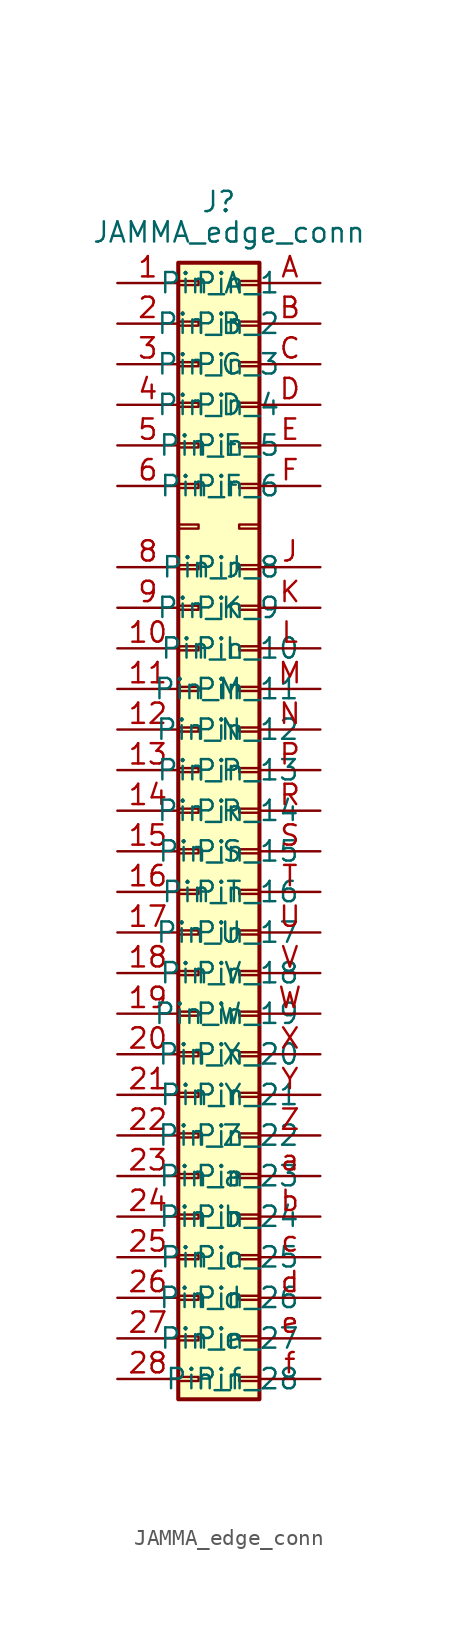
<source format=kicad_sym>
(kicad_symbol_lib
  (version 20211014)
  (generator kicad_symbol_editor)
  (symbol "JAMMA_edge_conn"
    (pin_names
      (offset 1.016))
    (property "Reference" "J"
      (at 0 39.37 0)
      (effects (font (size 1.27 1.27))))
    (property "Value" "JAMMA_edge_conn"
      (at 0.635 37.465 0)
      (effects (font (size 1.27 1.27))))
    (symbol "JAMMA_edge_conn_1_1"
      (rectangle (start -2.54 -34.163) (end -1.27 -34.417) (stroke (width 0.152) (type default) (color 0 0 0 0)) (fill (type none)))
      (rectangle (start -2.54 -31.623) (end -1.27 -31.877) (stroke (width 0.152) (type default) (color 0 0 0 0)) (fill (type none)))
      (rectangle (start -2.54 -29.083) (end -1.27 -29.337) (stroke (width 0.152) (type default) (color 0 0 0 0)) (fill (type none)))
      (rectangle (start -2.54 -26.543) (end -1.27 -26.797) (stroke (width 0.152) (type default) (color 0 0 0 0)) (fill (type none)))
      (rectangle (start -2.54 -24.003) (end -1.27 -24.257) (stroke (width 0.152) (type default) (color 0 0 0 0)) (fill (type none)))
      (rectangle (start -2.54 -21.463) (end -1.27 -21.717) (stroke (width 0.152) (type default) (color 0 0 0 0)) (fill (type none)))
      (rectangle (start -2.54 -18.923) (end -1.27 -19.177) (stroke (width 0.152) (type default) (color 0 0 0 0)) (fill (type none)))
      (rectangle (start -2.54 -16.383) (end -1.27 -16.637) (stroke (width 0.152) (type default) (color 0 0 0 0)) (fill (type none)))
      (rectangle (start -2.54 -13.843) (end -1.27 -14.097) (stroke (width 0.152) (type default) (color 0 0 0 0)) (fill (type none)))
      (rectangle (start -2.54 -11.303) (end -1.27 -11.557) (stroke (width 0.152) (type default) (color 0 0 0 0)) (fill (type none)))
      (rectangle (start -2.54 -8.763) (end -1.27 -9.017) (stroke (width 0.152) (type default) (color 0 0 0 0)) (fill (type none)))
      (rectangle (start -2.54 -6.223) (end -1.27 -6.477) (stroke (width 0.152) (type default) (color 0 0 0 0)) (fill (type none)))
      (rectangle (start -2.54 -3.683) (end -1.27 -3.937) (stroke (width 0.152) (type default) (color 0 0 0 0)) (fill (type none)))
      (rectangle (start -2.54 -1.143) (end -1.27 -1.397) (stroke (width 0.152) (type default) (color 0 0 0 0)) (fill (type none)))
      (rectangle (start -2.54 1.397) (end -1.27 1.143) (stroke (width 0.152) (type default) (color 0 0 0 0)) (fill (type none)))
      (rectangle (start -2.54 3.937) (end -1.27 3.683) (stroke (width 0.152) (type default) (color 0 0 0 0)) (fill (type none)))
      (rectangle (start -2.54 6.477) (end -1.27 6.223) (stroke (width 0.152) (type default) (color 0 0 0 0)) (fill (type none)))
      (rectangle (start -2.54 9.017) (end -1.27 8.763) (stroke (width 0.152) (type default) (color 0 0 0 0)) (fill (type none)))
      (rectangle (start -2.54 11.557) (end -1.27 11.303) (stroke (width 0.152) (type default) (color 0 0 0 0)) (fill (type none)))
      (rectangle (start -2.54 14.097) (end -1.27 13.843) (stroke (width 0.152) (type default) (color 0 0 0 0)) (fill (type none)))
      (rectangle (start -2.54 16.637) (end -1.27 16.383) (stroke (width 0.152) (type default) (color 0 0 0 0)) (fill (type none)))
      (rectangle (start -2.54 19.177) (end -1.27 18.923) (stroke (width 0.152) (type default) (color 0 0 0 0)) (fill (type none)))
      (rectangle (start -2.54 21.717) (end -1.27 21.463) (stroke (width 0.152) (type default) (color 0 0 0 0)) (fill (type none)))
      (rectangle (start -2.54 24.257) (end -1.27 24.003) (stroke (width 0.152) (type default) (color 0 0 0 0)) (fill (type none)))
      (rectangle (start -2.54 26.797) (end -1.27 26.543) (stroke (width 0.152) (type default) (color 0 0 0 0)) (fill (type none)))
      (rectangle (start -2.54 29.337) (end -1.27 29.083) (stroke (width 0.152) (type default) (color 0 0 0 0)) (fill (type none)))
      (rectangle (start -2.54 31.877) (end -1.27 31.623) (stroke (width 0.152) (type default) (color 0 0 0 0)) (fill (type none)))
      (rectangle (start -2.54 34.417) (end -1.27 34.163) (stroke (width 0.152) (type default) (color 0 0 0 0)) (fill (type none)))
      (rectangle (start -2.54 35.56) (end 2.54 -35.56) (stroke (width 0.254) (type default) (color 0 0 0 0)) (fill (type background)))
      (rectangle (start 2.54 -34.163) (end 1.27 -34.417) (stroke (width 0.152) (type default) (color 0 0 0 0)) (fill (type none)))
      (rectangle (start 2.54 -31.623) (end 1.27 -31.877) (stroke (width 0.152) (type default) (color 0 0 0 0)) (fill (type none)))
      (rectangle (start 2.54 -29.083) (end 1.27 -29.337) (stroke (width 0.152) (type default) (color 0 0 0 0)) (fill (type none)))
      (rectangle (start 2.54 -26.543) (end 1.27 -26.797) (stroke (width 0.152) (type default) (color 0 0 0 0)) (fill (type none)))
      (rectangle (start 2.54 -24.003) (end 1.27 -24.257) (stroke (width 0.152) (type default) (color 0 0 0 0)) (fill (type none)))
      (rectangle (start 2.54 -21.463) (end 1.27 -21.717) (stroke (width 0.152) (type default) (color 0 0 0 0)) (fill (type none)))
      (rectangle (start 2.54 -18.923) (end 1.27 -19.177) (stroke (width 0.152) (type default) (color 0 0 0 0)) (fill (type none)))
      (rectangle (start 2.54 -16.383) (end 1.27 -16.637) (stroke (width 0.152) (type default) (color 0 0 0 0)) (fill (type none)))
      (rectangle (start 2.54 -13.843) (end 1.27 -14.097) (stroke (width 0.152) (type default) (color 0 0 0 0)) (fill (type none)))
      (rectangle (start 2.54 -11.303) (end 1.27 -11.557) (stroke (width 0.152) (type default) (color 0 0 0 0)) (fill (type none)))
      (rectangle (start 2.54 -8.763) (end 1.27 -9.017) (stroke (width 0.152) (type default) (color 0 0 0 0)) (fill (type none)))
      (rectangle (start 2.54 -6.223) (end 1.27 -6.477) (stroke (width 0.152) (type default) (color 0 0 0 0)) (fill (type none)))
      (rectangle (start 2.54 -3.683) (end 1.27 -3.937) (stroke (width 0.152) (type default) (color 0 0 0 0)) (fill (type none)))
      (rectangle (start 2.54 -1.143) (end 1.27 -1.397) (stroke (width 0.152) (type default) (color 0 0 0 0)) (fill (type none)))
      (rectangle (start 2.54 1.397) (end 1.27 1.143) (stroke (width 0.152) (type default) (color 0 0 0 0)) (fill (type none)))
      (rectangle (start 2.54 3.937) (end 1.27 3.683) (stroke (width 0.152) (type default) (color 0 0 0 0)) (fill (type none)))
      (rectangle (start 2.54 6.477) (end 1.27 6.223) (stroke (width 0.152) (type default) (color 0 0 0 0)) (fill (type none)))
      (rectangle (start 2.54 9.017) (end 1.27 8.763) (stroke (width 0.152) (type default) (color 0 0 0 0)) (fill (type none)))
      (rectangle (start 2.54 11.557) (end 1.27 11.303) (stroke (width 0.152) (type default) (color 0 0 0 0)) (fill (type none)))
      (rectangle (start 2.54 14.097) (end 1.27 13.843) (stroke (width 0.152) (type default) (color 0 0 0 0)) (fill (type none)))
      (rectangle (start 2.54 16.637) (end 1.27 16.383) (stroke (width 0.152) (type default) (color 0 0 0 0)) (fill (type none)))
      (rectangle (start 2.54 19.177) (end 1.27 18.923) (stroke (width 0.152) (type default) (color 0 0 0 0)) (fill (type none)))
      (rectangle (start 2.54 21.717) (end 1.27 21.463) (stroke (width 0.152) (type default) (color 0 0 0 0)) (fill (type none)))
      (rectangle (start 2.54 24.257) (end 1.27 24.003) (stroke (width 0.152) (type default) (color 0 0 0 0)) (fill (type none)))
      (rectangle (start 2.54 26.797) (end 1.27 26.543) (stroke (width 0.152) (type default) (color 0 0 0 0)) (fill (type none)))
      (rectangle (start 2.54 29.337) (end 1.27 29.083) (stroke (width 0.152) (type default) (color 0 0 0 0)) (fill (type none)))
      (rectangle (start 2.54 31.877) (end 1.27 31.623) (stroke (width 0.152) (type default) (color 0 0 0 0)) (fill (type none)))
      (rectangle (start 2.54 34.417) (end 1.27 34.163) (stroke (width 0.152) (type default) (color 0 0 0 0)) (fill (type none)))
      (pin passive line (at -6.35 34.29 0) (length 3.81) (name "Pin_1" (effects (font (size 1.27 1.27)))) (number "1" (effects (font (size 1.27 1.27)))))
      (pin passive line (at -6.35 11.43 0) (length 3.81) (name "Pin_10" (effects (font (size 1.27 1.27)))) (number "10" (effects (font (size 1.27 1.27)))))
      (pin passive line (at -6.35 8.89 0) (length 3.81) (name "Pin_11" (effects (font (size 1.27 1.27)))) (number "11" (effects (font (size 1.27 1.27)))))
      (pin passive line (at -6.35 6.35 0) (length 3.81) (name "Pin_12" (effects (font (size 1.27 1.27)))) (number "12" (effects (font (size 1.27 1.27)))))
      (pin passive line (at -6.35 3.81 0) (length 3.81) (name "Pin_13" (effects (font (size 1.27 1.27)))) (number "13" (effects (font (size 1.27 1.27)))))
      (pin passive line (at -6.35 1.27 0) (length 3.81) (name "Pin_14" (effects (font (size 1.27 1.27)))) (number "14" (effects (font (size 1.27 1.27)))))
      (pin passive line (at -6.35 -1.27 0) (length 3.81) (name "Pin_15" (effects (font (size 1.27 1.27)))) (number "15" (effects (font (size 1.27 1.27)))))
      (pin passive line (at -6.35 -3.81 0) (length 3.81) (name "Pin_16" (effects (font (size 1.27 1.27)))) (number "16" (effects (font (size 1.27 1.27)))))
      (pin passive line (at -6.35 -6.35 0) (length 3.81) (name "Pin_17" (effects (font (size 1.27 1.27)))) (number "17" (effects (font (size 1.27 1.27)))))
      (pin passive line (at -6.35 -8.89 0) (length 3.81) (name "Pin_18" (effects (font (size 1.27 1.27)))) (number "18" (effects (font (size 1.27 1.27)))))
      (pin passive line (at -6.35 -11.43 0) (length 3.81) (name "Pin_19" (effects (font (size 1.27 1.27)))) (number "19" (effects (font (size 1.27 1.27)))))
      (pin passive line (at -6.35 31.75 0) (length 3.81) (name "Pin_2" (effects (font (size 1.27 1.27)))) (number "2" (effects (font (size 1.27 1.27)))))
      (pin passive line (at -6.35 -13.97 0) (length 3.81) (name "Pin_20" (effects (font (size 1.27 1.27)))) (number "20" (effects (font (size 1.27 1.27)))))
      (pin passive line (at -6.35 -16.51 0) (length 3.81) (name "Pin_21" (effects (font (size 1.27 1.27)))) (number "21" (effects (font (size 1.27 1.27)))))
      (pin passive line (at -6.35 -19.05 0) (length 3.81) (name "Pin_22" (effects (font (size 1.27 1.27)))) (number "22" (effects (font (size 1.27 1.27)))))
      (pin passive line (at -6.35 -21.59 0) (length 3.81) (name "Pin_23" (effects (font (size 1.27 1.27)))) (number "23" (effects (font (size 1.27 1.27)))))
      (pin passive line (at -6.35 -24.13 0) (length 3.81) (name "Pin_24" (effects (font (size 1.27 1.27)))) (number "24" (effects (font (size 1.27 1.27)))))
      (pin passive line (at -6.35 -26.67 0) (length 3.81) (name "Pin_25" (effects (font (size 1.27 1.27)))) (number "25" (effects (font (size 1.27 1.27)))))
      (pin passive line (at -6.35 -29.21 0) (length 3.81) (name "Pin_26" (effects (font (size 1.27 1.27)))) (number "26" (effects (font (size 1.27 1.27)))))
      (pin passive line (at -6.35 -31.75 0) (length 3.81) (name "Pin_27" (effects (font (size 1.27 1.27)))) (number "27" (effects (font (size 1.27 1.27)))))
      (pin passive line (at -6.35 -34.29 0) (length 3.81) (name "Pin_28" (effects (font (size 1.27 1.27)))) (number "28" (effects (font (size 1.27 1.27)))))
      (pin passive line (at -6.35 29.21 0) (length 3.81) (name "Pin_3" (effects (font (size 1.27 1.27)))) (number "3" (effects (font (size 1.27 1.27)))))
      (pin passive line (at -6.35 26.67 0) (length 3.81) (name "Pin_4" (effects (font (size 1.27 1.27)))) (number "4" (effects (font (size 1.27 1.27)))))
      (pin passive line (at -6.35 24.13 0) (length 3.81) (name "Pin_5" (effects (font (size 1.27 1.27)))) (number "5" (effects (font (size 1.27 1.27)))))
      (pin passive line (at -6.35 21.59 0) (length 3.81) (name "Pin_6" (effects (font (size 1.27 1.27)))) (number "6" (effects (font (size 1.27 1.27)))))
      (pin passive line (at -6.35 16.51 0) (length 3.81) (name "Pin_8" (effects (font (size 1.27 1.27)))) (number "8" (effects (font (size 1.27 1.27)))))
      (pin passive line (at -6.35 13.97 0) (length 3.81) (name "Pin_9" (effects (font (size 1.27 1.27)))) (number "9" (effects (font (size 1.27 1.27)))))
      (pin passive line (at 6.35 34.29 180) (length 3.81) (name "Pin_A" (effects (font (size 1.27 1.27)))) (number "A" (effects (font (size 1.27 1.27)))))
      (pin passive line (at 6.35 31.75 180) (length 3.81) (name "Pin_B" (effects (font (size 1.27 1.27)))) (number "B" (effects (font (size 1.27 1.27)))))
      (pin passive line (at 6.35 29.21 180) (length 3.81) (name "Pin_C" (effects (font (size 1.27 1.27)))) (number "C" (effects (font (size 1.27 1.27)))))
      (pin passive line (at 6.35 26.67 180) (length 3.81) (name "Pin_D" (effects (font (size 1.27 1.27)))) (number "D" (effects (font (size 1.27 1.27)))))
      (pin passive line (at 6.35 24.13 180) (length 3.81) (name "Pin_E" (effects (font (size 1.27 1.27)))) (number "E" (effects (font (size 1.27 1.27)))))
      (pin passive line (at 6.35 21.59 180) (length 3.81) (name "Pin_F" (effects (font (size 1.27 1.27)))) (number "F" (effects (font (size 1.27 1.27)))))
      (pin passive line (at 6.35 16.51 180) (length 3.81) (name "Pin_J" (effects (font (size 1.27 1.27)))) (number "J" (effects (font (size 1.27 1.27)))))
      (pin passive line (at 6.35 13.97 180) (length 3.81) (name "Pin_K" (effects (font (size 1.27 1.27)))) (number "K" (effects (font (size 1.27 1.27)))))
      (pin passive line (at 6.35 11.43 180) (length 3.81) (name "Pin_L" (effects (font (size 1.27 1.27)))) (number "L" (effects (font (size 1.27 1.27)))))
      (pin passive line (at 6.35 8.89 180) (length 3.81) (name "Pin_M" (effects (font (size 1.27 1.27)))) (number "M" (effects (font (size 1.27 1.27)))))
      (pin passive line (at 6.35 6.35 180) (length 3.81) (name "Pin_N" (effects (font (size 1.27 1.27)))) (number "N" (effects (font (size 1.27 1.27)))))
      (pin passive line (at 6.35 3.81 180) (length 3.81) (name "Pin_P" (effects (font (size 1.27 1.27)))) (number "P" (effects (font (size 1.27 1.27)))))
      (pin passive line (at 6.35 1.27 180) (length 3.81) (name "Pin_R" (effects (font (size 1.27 1.27)))) (number "R" (effects (font (size 1.27 1.27)))))
      (pin passive line (at 6.35 -1.27 180) (length 3.81) (name "Pin_S" (effects (font (size 1.27 1.27)))) (number "S" (effects (font (size 1.27 1.27)))))
      (pin passive line (at 6.35 -3.81 180) (length 3.81) (name "Pin_T" (effects (font (size 1.27 1.27)))) (number "T" (effects (font (size 1.27 1.27)))))
      (pin passive line (at 6.35 -6.35 180) (length 3.81) (name "Pin_U" (effects (font (size 1.27 1.27)))) (number "U" (effects (font (size 1.27 1.27)))))
      (pin passive line (at 6.35 -8.89 180) (length 3.81) (name "Pin_V" (effects (font (size 1.27 1.27)))) (number "V" (effects (font (size 1.27 1.27)))))
      (pin passive line (at 6.35 -11.43 180) (length 3.81) (name "Pin_W" (effects (font (size 1.27 1.27)))) (number "W" (effects (font (size 1.27 1.27)))))
      (pin passive line (at 6.35 -13.97 180) (length 3.81) (name "Pin_X" (effects (font (size 1.27 1.27)))) (number "X" (effects (font (size 1.27 1.27)))))
      (pin passive line (at 6.35 -16.51 180) (length 3.81) (name "Pin_Y" (effects (font (size 1.27 1.27)))) (number "Y" (effects (font (size 1.27 1.27)))))
      (pin passive line (at 6.35 -19.05 180) (length 3.81) (name "Pin_Z" (effects (font (size 1.27 1.27)))) (number "Z" (effects (font (size 1.27 1.27)))))
      (pin passive line (at 6.35 -21.59 180) (length 3.81) (name "Pin_a" (effects (font (size 1.27 1.27)))) (number "a" (effects (font (size 1.27 1.27)))))
      (pin passive line (at 6.35 -24.13 180) (length 3.81) (name "Pin_b" (effects (font (size 1.27 1.27)))) (number "b" (effects (font (size 1.27 1.27)))))
      (pin passive line (at 6.35 -26.67 180) (length 3.81) (name "Pin_c" (effects (font (size 1.27 1.27)))) (number "c" (effects (font (size 1.27 1.27)))))
      (pin passive line (at 6.35 -29.21 180) (length 3.81) (name "Pin_d" (effects (font (size 1.27 1.27)))) (number "d" (effects (font (size 1.27 1.27)))))
      (pin passive line (at 6.35 -31.75 180) (length 3.81) (name "Pin_e" (effects (font (size 1.27 1.27)))) (number "e" (effects (font (size 1.27 1.27)))))
      (pin passive line (at 6.35 -34.29 180) (length 3.81) (name "Pin_f" (effects (font (size 1.27 1.27)))) (number "f" (effects (font (size 1.27 1.27))))))))
</source>
